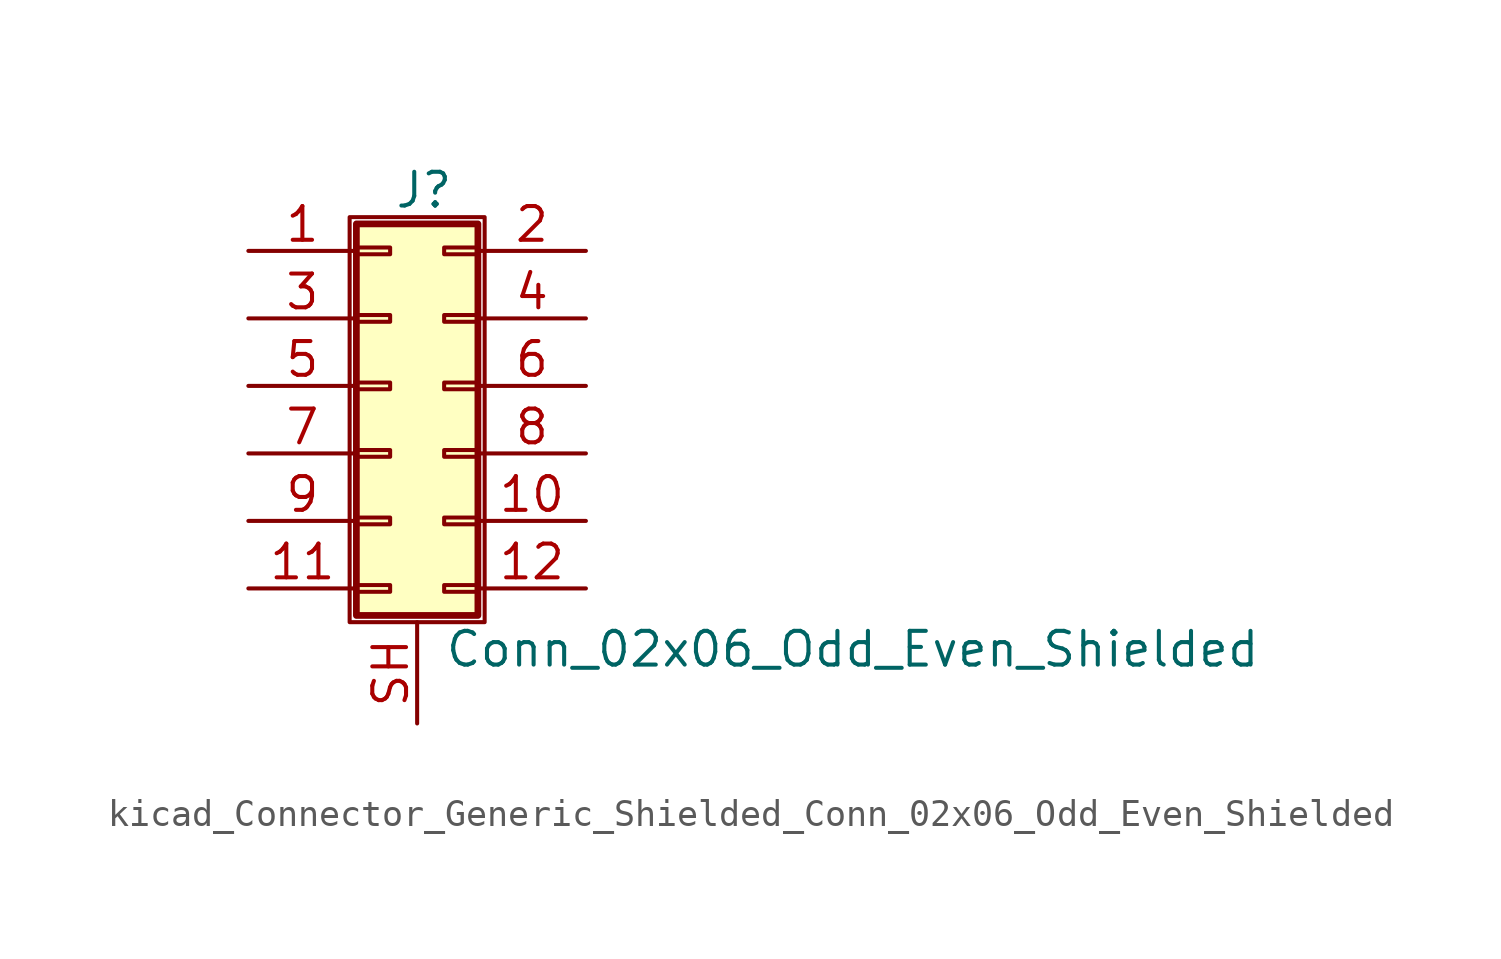
<source format=kicad_sym>
(kicad_symbol_lib
  (version 20220914)
  (generator kicad_symbol_editor)
  (symbol "kicad_Connector_Generic_Shielded_Conn_02x06_Odd_Even_Shielded"
    (pin_names
      (offset 1.016) hide)
    (property "Reference" "J"
      (at 1.524 7.366 0)
      (effects (font (size 1.27 1.27))))
    (property "Value" "Conn_02x06_Odd_Even_Shielded"
      (at 2.286 -9.906 0)
      (effects (font (size 1.27 1.27)) (justify left)))
    (symbol "kicad_Connector_Generic_Shielded_Conn_02x06_Odd_Even_Shielded_1_1"
      (rectangle (start -1.27 6.35) (end 3.81 -8.89) (stroke (width 0.152) (type default)) (fill (type none)))
      (rectangle (start -1.016 -7.493) (end 0.254 -7.747) (stroke (width 0.152) (type default)) (fill (type none)))
      (rectangle (start -1.016 -4.953) (end 0.254 -5.207) (stroke (width 0.152) (type default)) (fill (type none)))
      (rectangle (start -1.016 -2.413) (end 0.254 -2.667) (stroke (width 0.152) (type default)) (fill (type none)))
      (rectangle (start -1.016 0.127) (end 0.254 -0.127) (stroke (width 0.152) (type default)) (fill (type none)))
      (rectangle (start -1.016 2.667) (end 0.254 2.413) (stroke (width 0.152) (type default)) (fill (type none)))
      (rectangle (start -1.016 5.207) (end 0.254 4.953) (stroke (width 0.152) (type default)) (fill (type none)))
      (rectangle (start -1.016 6.096) (end 3.556 -8.636) (stroke (width 0.254) (type default)) (fill (type background)))
      (rectangle (start 3.556 -7.493) (end 2.286 -7.747) (stroke (width 0.152) (type default)) (fill (type none)))
      (rectangle (start 3.556 -4.953) (end 2.286 -5.207) (stroke (width 0.152) (type default)) (fill (type none)))
      (rectangle (start 3.556 -2.413) (end 2.286 -2.667) (stroke (width 0.152) (type default)) (fill (type none)))
      (rectangle (start 3.556 0.127) (end 2.286 -0.127) (stroke (width 0.152) (type default)) (fill (type none)))
      (rectangle (start 3.556 2.667) (end 2.286 2.413) (stroke (width 0.152) (type default)) (fill (type none)))
      (rectangle (start 3.556 5.207) (end 2.286 4.953) (stroke (width 0.152) (type default)) (fill (type none)))
      (pin passive line (at -5.08 5.08 0) (length 4.064) (name "Pin_1" (effects (font (size 1.27 1.27)))) (number "1" (effects (font (size 1.27 1.27)))))
      (pin passive line (at 7.62 -5.08 180) (length 4.064) (name "Pin_10" (effects (font (size 1.27 1.27)))) (number "10" (effects (font (size 1.27 1.27)))))
      (pin passive line (at -5.08 -7.62 0) (length 4.064) (name "Pin_11" (effects (font (size 1.27 1.27)))) (number "11" (effects (font (size 1.27 1.27)))))
      (pin passive line (at 7.62 -7.62 180) (length 4.064) (name "Pin_12" (effects (font (size 1.27 1.27)))) (number "12" (effects (font (size 1.27 1.27)))))
      (pin passive line (at 7.62 5.08 180) (length 4.064) (name "Pin_2" (effects (font (size 1.27 1.27)))) (number "2" (effects (font (size 1.27 1.27)))))
      (pin passive line (at -5.08 2.54 0) (length 4.064) (name "Pin_3" (effects (font (size 1.27 1.27)))) (number "3" (effects (font (size 1.27 1.27)))))
      (pin passive line (at 7.62 2.54 180) (length 4.064) (name "Pin_4" (effects (font (size 1.27 1.27)))) (number "4" (effects (font (size 1.27 1.27)))))
      (pin passive line (at -5.08 0 0) (length 4.064) (name "Pin_5" (effects (font (size 1.27 1.27)))) (number "5" (effects (font (size 1.27 1.27)))))
      (pin passive line (at 7.62 0 180) (length 4.064) (name "Pin_6" (effects (font (size 1.27 1.27)))) (number "6" (effects (font (size 1.27 1.27)))))
      (pin passive line (at -5.08 -2.54 0) (length 4.064) (name "Pin_7" (effects (font (size 1.27 1.27)))) (number "7" (effects (font (size 1.27 1.27)))))
      (pin passive line (at 7.62 -2.54 180) (length 4.064) (name "Pin_8" (effects (font (size 1.27 1.27)))) (number "8" (effects (font (size 1.27 1.27)))))
      (pin passive line (at -5.08 -5.08 0) (length 4.064) (name "Pin_9" (effects (font (size 1.27 1.27)))) (number "9" (effects (font (size 1.27 1.27)))))
      (pin passive line (at 1.27 -12.7 90) (length 3.81) (name "Shield" (effects (font (size 1.27 1.27)))) (number "SH" (effects (font (size 1.27 1.27))))))))
</source>
